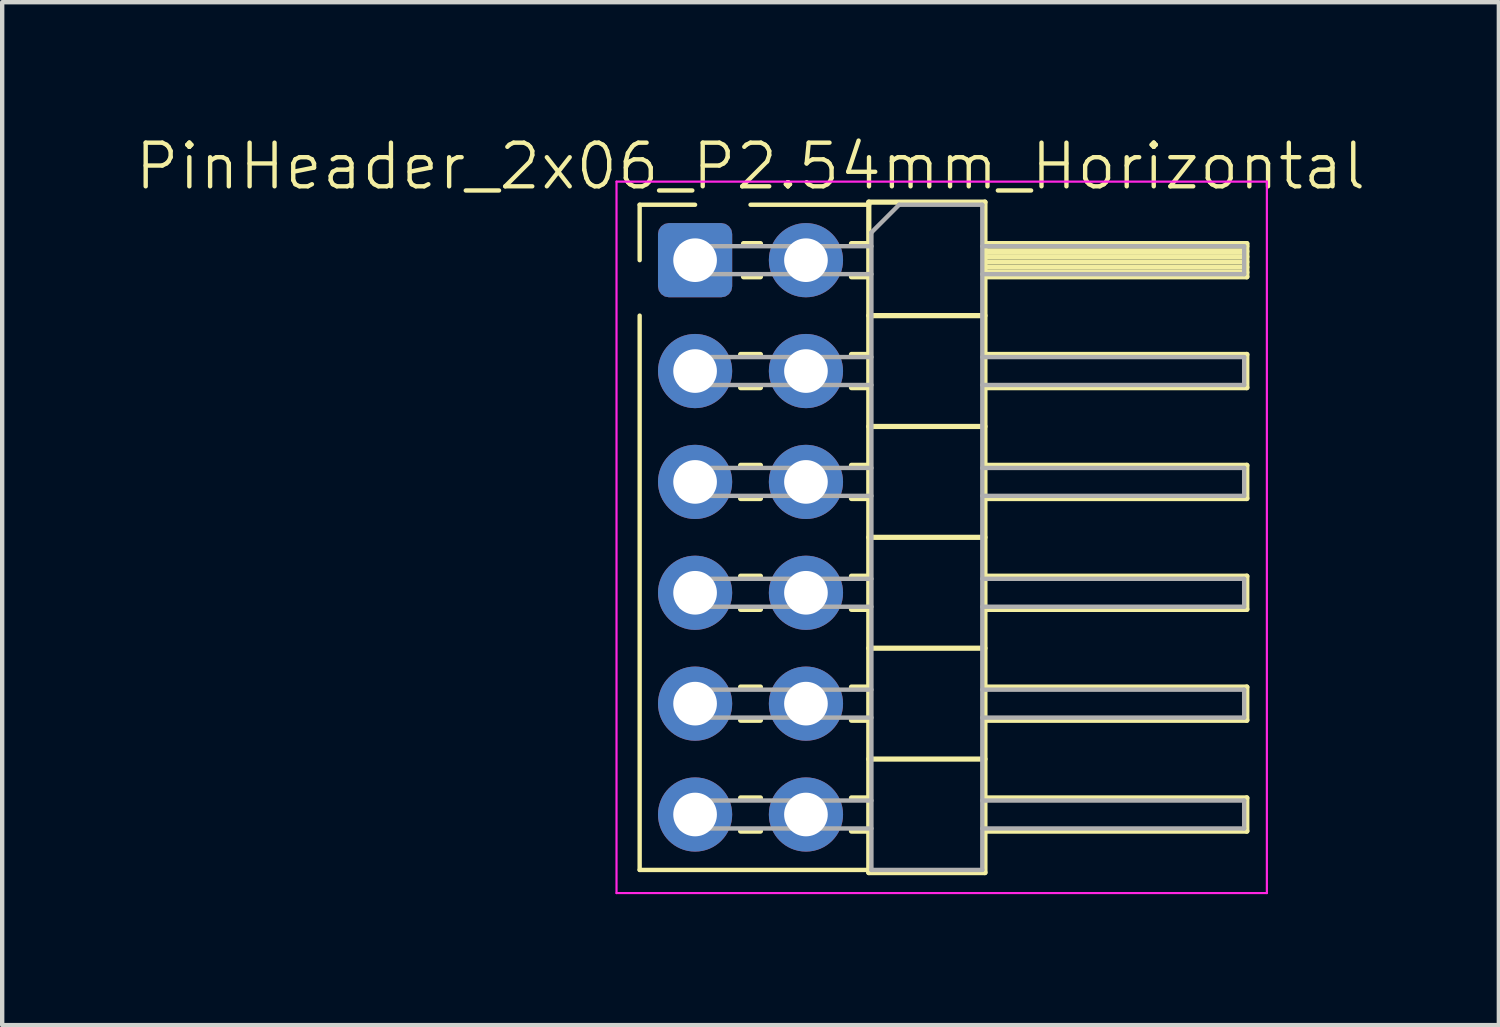
<source format=kicad_pcb>
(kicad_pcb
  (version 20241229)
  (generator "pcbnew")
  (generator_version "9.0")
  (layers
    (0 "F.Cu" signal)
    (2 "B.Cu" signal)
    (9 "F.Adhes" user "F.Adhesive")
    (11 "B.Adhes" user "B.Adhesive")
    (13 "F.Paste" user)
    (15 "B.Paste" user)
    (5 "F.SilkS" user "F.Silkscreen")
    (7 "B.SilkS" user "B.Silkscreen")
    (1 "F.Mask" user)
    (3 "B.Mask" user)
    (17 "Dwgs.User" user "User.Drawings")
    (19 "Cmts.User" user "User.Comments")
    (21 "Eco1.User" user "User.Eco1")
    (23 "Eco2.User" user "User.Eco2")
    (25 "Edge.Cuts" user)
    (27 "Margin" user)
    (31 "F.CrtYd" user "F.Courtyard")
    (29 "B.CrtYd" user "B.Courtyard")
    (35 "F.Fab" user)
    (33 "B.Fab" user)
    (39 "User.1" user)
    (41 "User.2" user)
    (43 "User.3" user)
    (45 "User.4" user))
  (footprint "PinHeader_2x06_P2.54mm_Horizontal"
    (layer "F.Cu")
    (at 14.145 9.261)
    (property "Reference" "PinHeader_2x06_P2.54mm_Horizontal" (at 0 -8.5 0) (layer "F.SilkS") (effects (font (size 1 1) (thickness 0.1))))
    (attr through_hole)
    (fp_line (start -2.54 -7.62) (end -1.27 -7.62) (stroke (width 0.1) (type solid)) (layer "F.SilkS"))
    (fp_line (start -2.54 -6.35) (end -2.54 -7.62) (stroke (width 0.1) (type solid)) (layer "F.SilkS"))
    (fp_line (start -2.54 7.62) (end -2.54 -5.08) (stroke (width 0.1) (type default)) (layer "F.SilkS"))
    (fp_line (start -2.54 7.62) (end 2.718 7.62) (stroke (width 0.1) (type default)) (layer "F.SilkS"))
    (fp_line (start -0.227 -4.19) (end 0.227 -4.19) (stroke (width 0.12) (type solid)) (layer "F.SilkS"))
    (fp_line (start -0.227 -3.43) (end 0.227 -3.43) (stroke (width 0.12) (type solid)) (layer "F.SilkS"))
    (fp_line (start -0.227 -1.65) (end 0.227 -1.65) (stroke (width 0.12) (type solid)) (layer "F.SilkS"))
    (fp_line (start -0.227 -0.89) (end 0.227 -0.89) (stroke (width 0.12) (type solid)) (layer "F.SilkS"))
    (fp_line (start -0.227 0.89) (end 0.227 0.89) (stroke (width 0.12) (type solid)) (layer "F.SilkS"))
    (fp_line (start -0.227 1.65) (end 0.227 1.65) (stroke (width 0.12) (type solid)) (layer "F.SilkS"))
    (fp_line (start -0.227 3.43) (end 0.227 3.43) (stroke (width 0.12) (type solid)) (layer "F.SilkS"))
    (fp_line (start -0.227 4.19) (end 0.227 4.19) (stroke (width 0.12) (type solid)) (layer "F.SilkS"))
    (fp_line (start -0.227 5.97) (end 0.227 5.97) (stroke (width 0.12) (type solid)) (layer "F.SilkS"))
    (fp_line (start -0.227 6.73) (end 0.227 6.73) (stroke (width 0.12) (type solid)) (layer "F.SilkS"))
    (fp_line (start -0.16 -6.73) (end 0.227 -6.73) (stroke (width 0.12) (type solid)) (layer "F.SilkS"))
    (fp_line (start -0.16 -5.97) (end 0.227 -5.97) (stroke (width 0.12) (type solid)) (layer "F.SilkS"))
    (fp_line (start 0 -7.62) (end 2.718 -7.62) (stroke (width 0.1) (type default)) (layer "F.SilkS"))
    (fp_line (start 2.313 -6.73) (end 2.71 -6.73) (stroke (width 0.12) (type solid)) (layer "F.SilkS"))
    (fp_line (start 2.313 -5.97) (end 2.71 -5.97) (stroke (width 0.12) (type solid)) (layer "F.SilkS"))
    (fp_line (start 2.313 -4.19) (end 2.71 -4.19) (stroke (width 0.12) (type solid)) (layer "F.SilkS"))
    (fp_line (start 2.313 -3.43) (end 2.71 -3.43) (stroke (width 0.12) (type solid)) (layer "F.SilkS"))
    (fp_line (start 2.313 -1.65) (end 2.71 -1.65) (stroke (width 0.12) (type solid)) (layer "F.SilkS"))
    (fp_line (start 2.313 -0.89) (end 2.71 -0.89) (stroke (width 0.12) (type solid)) (layer "F.SilkS"))
    (fp_line (start 2.313 0.89) (end 2.71 0.89) (stroke (width 0.12) (type solid)) (layer "F.SilkS"))
    (fp_line (start 2.313 1.65) (end 2.71 1.65) (stroke (width 0.12) (type solid)) (layer "F.SilkS"))
    (fp_line (start 2.313 3.43) (end 2.71 3.43) (stroke (width 0.12) (type solid)) (layer "F.SilkS"))
    (fp_line (start 2.313 4.19) (end 2.71 4.19) (stroke (width 0.12) (type solid)) (layer "F.SilkS"))
    (fp_line (start 2.313 5.97) (end 2.71 5.97) (stroke (width 0.12) (type solid)) (layer "F.SilkS"))
    (fp_line (start 2.313 6.73) (end 2.71 6.73) (stroke (width 0.12) (type solid)) (layer "F.SilkS"))
    (fp_line (start 2.71 -7.68) (end 2.71 7.68) (stroke (width 0.12) (type solid)) (layer "F.SilkS"))
    (fp_line (start 2.71 -5.08) (end 5.37 -5.08) (stroke (width 0.12) (type solid)) (layer "F.SilkS"))
    (fp_line (start 2.71 -2.54) (end 5.37 -2.54) (stroke (width 0.12) (type solid)) (layer "F.SilkS"))
    (fp_line (start 2.71 0) (end 5.37 0) (stroke (width 0.12) (type solid)) (layer "F.SilkS"))
    (fp_line (start 2.71 2.54) (end 5.37 2.54) (stroke (width 0.12) (type solid)) (layer "F.SilkS"))
    (fp_line (start 2.71 5.08) (end 5.37 5.08) (stroke (width 0.12) (type solid)) (layer "F.SilkS"))
    (fp_line (start 2.71 7.68) (end 5.37 7.68) (stroke (width 0.12) (type solid)) (layer "F.SilkS"))
    (fp_line (start 5.37 -7.68) (end 2.71 -7.68) (stroke (width 0.12) (type solid)) (layer "F.SilkS"))
    (fp_line (start 5.37 -6.73) (end 11.37 -6.73) (stroke (width 0.12) (type solid)) (layer "F.SilkS"))
    (fp_line (start 5.37 -6.67) (end 11.37 -6.67) (stroke (width 0.12) (type solid)) (layer "F.SilkS"))
    (fp_line (start 5.37 -6.55) (end 11.37 -6.55) (stroke (width 0.12) (type solid)) (layer "F.SilkS"))
    (fp_line (start 5.37 -6.43) (end 11.37 -6.43) (stroke (width 0.12) (type solid)) (layer "F.SilkS"))
    (fp_line (start 5.37 -6.31) (end 11.37 -6.31) (stroke (width 0.12) (type solid)) (layer "F.SilkS"))
    (fp_line (start 5.37 -6.19) (end 11.37 -6.19) (stroke (width 0.12) (type solid)) (layer "F.SilkS"))
    (fp_line (start 5.37 -6.07) (end 11.37 -6.07) (stroke (width 0.12) (type solid)) (layer "F.SilkS"))
    (fp_line (start 5.37 -4.19) (end 11.37 -4.19) (stroke (width 0.12) (type solid)) (layer "F.SilkS"))
    (fp_line (start 5.37 -1.65) (end 11.37 -1.65) (stroke (width 0.12) (type solid)) (layer "F.SilkS"))
    (fp_line (start 5.37 0.89) (end 11.37 0.89) (stroke (width 0.12) (type solid)) (layer "F.SilkS"))
    (fp_line (start 5.37 3.43) (end 11.37 3.43) (stroke (width 0.12) (type solid)) (layer "F.SilkS"))
    (fp_line (start 5.37 5.97) (end 11.37 5.97) (stroke (width 0.12) (type solid)) (layer "F.SilkS"))
    (fp_line (start 5.37 7.68) (end 5.37 -7.68) (stroke (width 0.12) (type solid)) (layer "F.SilkS"))
    (fp_line (start 11.37 -6.73) (end 11.37 -5.97) (stroke (width 0.12) (type solid)) (layer "F.SilkS"))
    (fp_line (start 11.37 -5.97) (end 5.37 -5.97) (stroke (width 0.12) (type solid)) (layer "F.SilkS"))
    (fp_line (start 11.37 -4.19) (end 11.37 -3.43) (stroke (width 0.12) (type solid)) (layer "F.SilkS"))
    (fp_line (start 11.37 -3.43) (end 5.37 -3.43) (stroke (width 0.12) (type solid)) (layer "F.SilkS"))
    (fp_line (start 11.37 -1.65) (end 11.37 -0.89) (stroke (width 0.12) (type solid)) (layer "F.SilkS"))
    (fp_line (start 11.37 -0.89) (end 5.37 -0.89) (stroke (width 0.12) (type solid)) (layer "F.SilkS"))
    (fp_line (start 11.37 0.89) (end 11.37 1.65) (stroke (width 0.12) (type solid)) (layer "F.SilkS"))
    (fp_line (start 11.37 1.65) (end 5.37 1.65) (stroke (width 0.12) (type solid)) (layer "F.SilkS"))
    (fp_line (start 11.37 3.43) (end 11.37 4.19) (stroke (width 0.12) (type solid)) (layer "F.SilkS"))
    (fp_line (start 11.37 4.19) (end 5.37 4.19) (stroke (width 0.12) (type solid)) (layer "F.SilkS"))
    (fp_line (start 11.37 5.97) (end 11.37 6.73) (stroke (width 0.12) (type solid)) (layer "F.SilkS"))
    (fp_line (start 11.37 6.73) (end 5.37 6.73) (stroke (width 0.12) (type solid)) (layer "F.SilkS"))
    (fp_line (start -3.07 -8.15) (end -3.07 8.15) (stroke (width 0.05) (type solid)) (layer "F.CrtYd"))
    (fp_line (start -3.07 8.15) (end 11.83 8.15) (stroke (width 0.05) (type solid)) (layer "F.CrtYd"))
    (fp_line (start 11.83 -8.15) (end -3.07 -8.15) (stroke (width 0.05) (type solid)) (layer "F.CrtYd"))
    (fp_line (start 11.83 8.15) (end 11.83 -8.15) (stroke (width 0.05) (type solid)) (layer "F.CrtYd"))
    (fp_line (start -1.59 -6.67) (end -1.59 -6.03) (stroke (width 0.1) (type solid)) (layer "F.Fab"))
    (fp_line (start -1.59 -6.67) (end 2.77 -6.67) (stroke (width 0.1) (type solid)) (layer "F.Fab"))
    (fp_line (start -1.59 -6.03) (end 2.77 -6.03) (stroke (width 0.1) (type solid)) (layer "F.Fab"))
    (fp_line (start -1.59 -4.13) (end -1.59 -3.49) (stroke (width 0.1) (type solid)) (layer "F.Fab"))
    (fp_line (start -1.59 -4.13) (end 2.77 -4.13) (stroke (width 0.1) (type solid)) (layer "F.Fab"))
    (fp_line (start -1.59 -3.49) (end 2.77 -3.49) (stroke (width 0.1) (type solid)) (layer "F.Fab"))
    (fp_line (start -1.59 -1.59) (end -1.59 -0.95) (stroke (width 0.1) (type solid)) (layer "F.Fab"))
    (fp_line (start -1.59 -1.59) (end 2.77 -1.59) (stroke (width 0.1) (type solid)) (layer "F.Fab"))
    (fp_line (start -1.59 -0.95) (end 2.77 -0.95) (stroke (width 0.1) (type solid)) (layer "F.Fab"))
    (fp_line (start -1.59 0.95) (end -1.59 1.59) (stroke (width 0.1) (type solid)) (layer "F.Fab"))
    (fp_line (start -1.59 0.95) (end 2.77 0.95) (stroke (width 0.1) (type solid)) (layer "F.Fab"))
    (fp_line (start -1.59 1.59) (end 2.77 1.59) (stroke (width 0.1) (type solid)) (layer "F.Fab"))
    (fp_line (start -1.59 3.49) (end -1.59 4.13) (stroke (width 0.1) (type solid)) (layer "F.Fab"))
    (fp_line (start -1.59 3.49) (end 2.77 3.49) (stroke (width 0.1) (type solid)) (layer "F.Fab"))
    (fp_line (start -1.59 4.13) (end 2.77 4.13) (stroke (width 0.1) (type solid)) (layer "F.Fab"))
    (fp_line (start -1.59 6.03) (end -1.59 6.67) (stroke (width 0.1) (type solid)) (layer "F.Fab"))
    (fp_line (start -1.59 6.03) (end 2.77 6.03) (stroke (width 0.1) (type solid)) (layer "F.Fab"))
    (fp_line (start -1.59 6.67) (end 2.77 6.67) (stroke (width 0.1) (type solid)) (layer "F.Fab"))
    (fp_line (start 2.77 -6.985) (end 3.405 -7.62) (stroke (width 0.1) (type solid)) (layer "F.Fab"))
    (fp_line (start 2.77 7.62) (end 2.77 -6.985) (stroke (width 0.1) (type solid)) (layer "F.Fab"))
    (fp_line (start 3.405 -7.62) (end 5.31 -7.62) (stroke (width 0.1) (type solid)) (layer "F.Fab"))
    (fp_line (start 5.31 -7.62) (end 5.31 7.62) (stroke (width 0.1) (type solid)) (layer "F.Fab"))
    (fp_line (start 5.31 -6.67) (end 11.31 -6.67) (stroke (width 0.1) (type solid)) (layer "F.Fab"))
    (fp_line (start 5.31 -6.03) (end 11.31 -6.03) (stroke (width 0.1) (type solid)) (layer "F.Fab"))
    (fp_line (start 5.31 -4.13) (end 11.31 -4.13) (stroke (width 0.1) (type solid)) (layer "F.Fab"))
    (fp_line (start 5.31 -3.49) (end 11.31 -3.49) (stroke (width 0.1) (type solid)) (layer "F.Fab"))
    (fp_line (start 5.31 -1.59) (end 11.31 -1.59) (stroke (width 0.1) (type solid)) (layer "F.Fab"))
    (fp_line (start 5.31 -0.95) (end 11.31 -0.95) (stroke (width 0.1) (type solid)) (layer "F.Fab"))
    (fp_line (start 5.31 0.95) (end 11.31 0.95) (stroke (width 0.1) (type solid)) (layer "F.Fab"))
    (fp_line (start 5.31 1.59) (end 11.31 1.59) (stroke (width 0.1) (type solid)) (layer "F.Fab"))
    (fp_line (start 5.31 3.49) (end 11.31 3.49) (stroke (width 0.1) (type solid)) (layer "F.Fab"))
    (fp_line (start 5.31 4.13) (end 11.31 4.13) (stroke (width 0.1) (type solid)) (layer "F.Fab"))
    (fp_line (start 5.31 6.03) (end 11.31 6.03) (stroke (width 0.1) (type solid)) (layer "F.Fab"))
    (fp_line (start 5.31 6.67) (end 11.31 6.67) (stroke (width 0.1) (type solid)) (layer "F.Fab"))
    (fp_line (start 5.31 7.62) (end 2.77 7.62) (stroke (width 0.1) (type solid)) (layer "F.Fab"))
    (fp_line (start 11.31 -6.67) (end 11.31 -6.03) (stroke (width 0.1) (type solid)) (layer "F.Fab"))
    (fp_line (start 11.31 -4.13) (end 11.31 -3.49) (stroke (width 0.1) (type solid)) (layer "F.Fab"))
    (fp_line (start 11.31 -1.59) (end 11.31 -0.95) (stroke (width 0.1) (type solid)) (layer "F.Fab"))
    (fp_line (start 11.31 0.95) (end 11.31 1.59) (stroke (width 0.1) (type solid)) (layer "F.Fab"))
    (fp_line (start 11.31 3.49) (end 11.31 4.13) (stroke (width 0.1) (type solid)) (layer "F.Fab"))
    (fp_line (start 11.31 6.03) (end 11.31 6.67) (stroke (width 0.1) (type solid)) (layer "F.Fab"))
    (pad "1" thru_hole roundrect (at -1.27 -6.35) (size 1.7 1.7) (drill 1) (layers "*.Cu" "*.Mask") (roundrect_rratio 0.147))
    (pad "2" thru_hole oval (at 1.27 -6.35) (size 1.7 1.7) (drill 1) (layers "*.Cu" "*.Mask"))
    (pad "3" thru_hole oval (at -1.27 -3.81) (size 1.7 1.7) (drill 1) (layers "*.Cu" "*.Mask"))
    (pad "4" thru_hole oval (at 1.27 -3.81) (size 1.7 1.7) (drill 1) (layers "*.Cu" "*.Mask"))
    (pad "5" thru_hole oval (at -1.27 -1.27) (size 1.7 1.7) (drill 1) (layers "*.Cu" "*.Mask"))
    (pad "6" thru_hole oval (at 1.27 -1.27) (size 1.7 1.7) (drill 1) (layers "*.Cu" "*.Mask"))
    (pad "7" thru_hole oval (at -1.27 1.27) (size 1.7 1.7) (drill 1) (layers "*.Cu" "*.Mask"))
    (pad "8" thru_hole oval (at 1.27 1.27) (size 1.7 1.7) (drill 1) (layers "*.Cu" "*.Mask"))
    (pad "9" thru_hole oval (at -1.27 3.81) (size 1.7 1.7) (drill 1) (layers "*.Cu" "*.Mask"))
    (pad "10" thru_hole oval (at 1.27 3.81) (size 1.7 1.7) (drill 1) (layers "*.Cu" "*.Mask"))
    (pad "11" thru_hole oval (at -1.27 6.35) (size 1.7 1.7) (drill 1) (layers "*.Cu" "*.Mask"))
    (pad "12" thru_hole oval (at 1.27 6.35) (size 1.7 1.7) (drill 1) (layers "*.Cu" "*.Mask")))
  (gr_rect
    (start -3 -3)
    (end 31.29 20.436)
    (stroke (width 0.1) (type default))
    (fill no)
    (layer "Edge.Cuts")))
</source>
